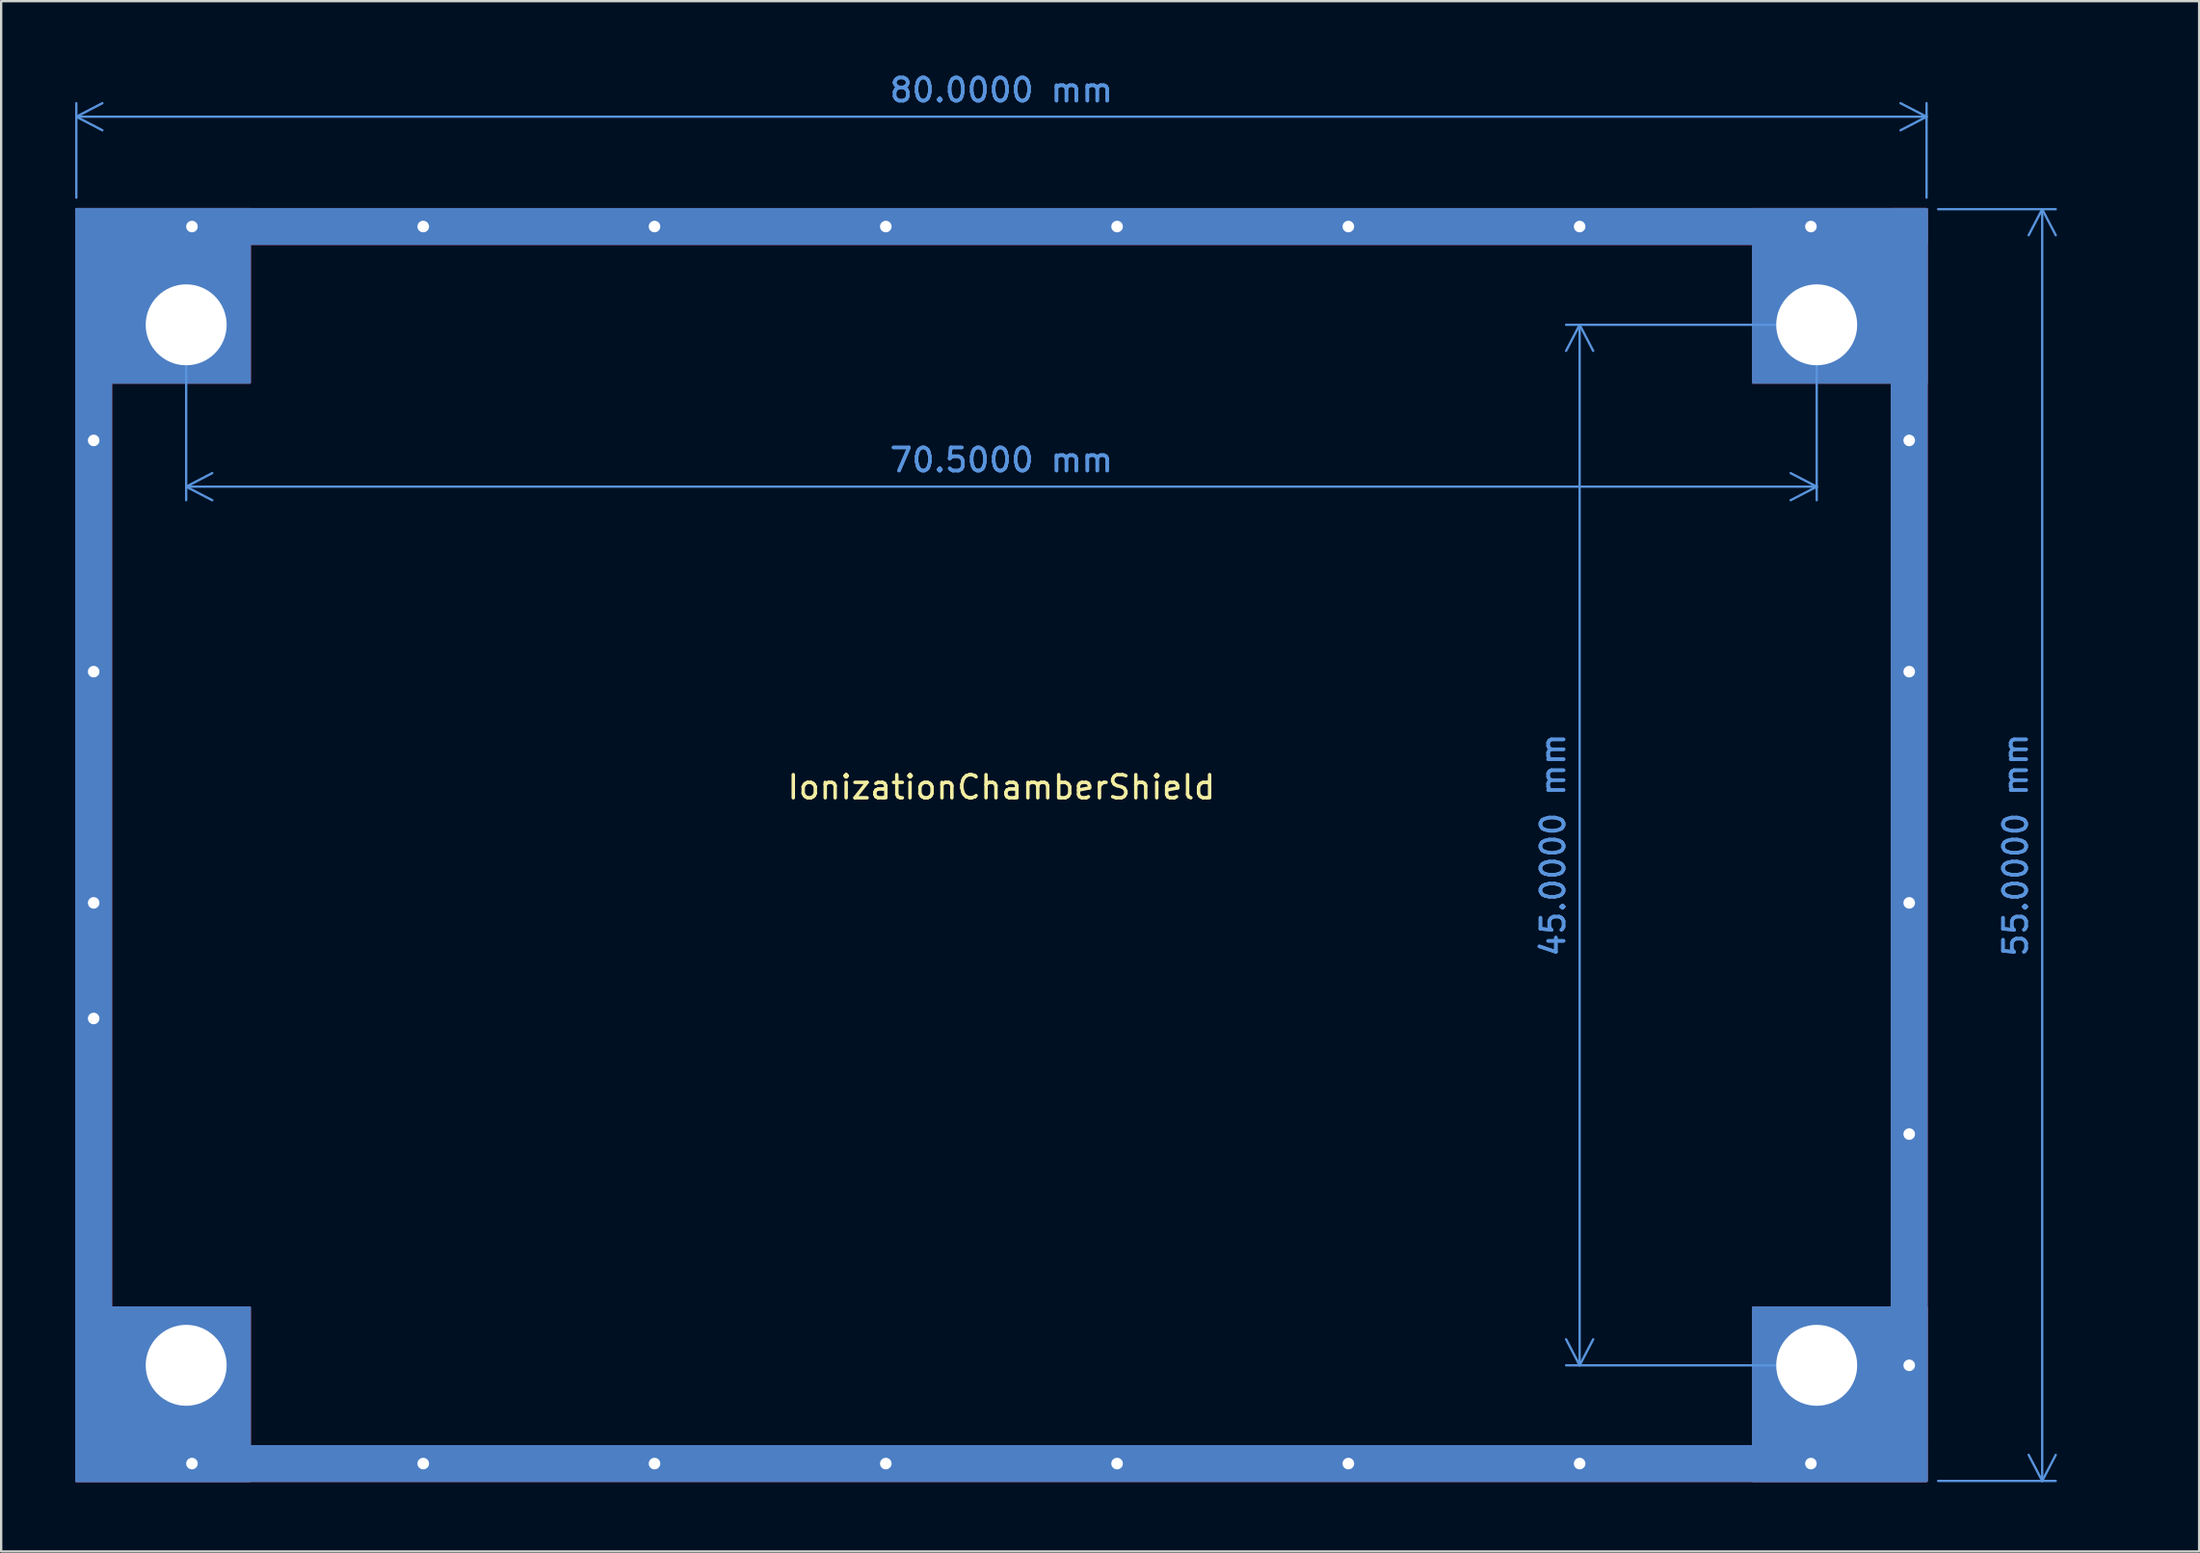
<source format=kicad_pcb>
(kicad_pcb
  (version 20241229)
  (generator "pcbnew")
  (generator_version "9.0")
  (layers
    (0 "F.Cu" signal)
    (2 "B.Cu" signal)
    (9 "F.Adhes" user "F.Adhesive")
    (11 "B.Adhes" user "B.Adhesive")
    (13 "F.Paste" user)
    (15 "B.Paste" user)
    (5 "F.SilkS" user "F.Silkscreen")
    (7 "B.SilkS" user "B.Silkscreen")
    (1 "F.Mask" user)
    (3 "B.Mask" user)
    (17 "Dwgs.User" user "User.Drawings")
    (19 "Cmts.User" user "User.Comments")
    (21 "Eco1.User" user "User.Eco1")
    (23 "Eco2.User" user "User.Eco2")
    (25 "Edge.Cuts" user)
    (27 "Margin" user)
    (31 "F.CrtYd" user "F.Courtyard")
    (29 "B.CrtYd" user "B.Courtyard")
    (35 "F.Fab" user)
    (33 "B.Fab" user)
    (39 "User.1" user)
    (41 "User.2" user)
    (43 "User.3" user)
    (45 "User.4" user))
  (footprint "IonizationChamberShield"
    (layer "F.Cu")
    (at 0.25 5.998)
    (property "Reference" "IonizationChamberShield" (at 40 25 0) (layer "F.SilkS") (effects (font (size 1 1) (thickness 0.15))))
    (attr through_hole)
    (fp_poly (pts (xy 0 1.5) (xy 1.5 1.5) (xy 1.5 48.5) (xy 0 48.5)) (stroke (width 0.1) (type solid)) (fill yes) (layer "F.Cu"))
    (fp_poly (pts (xy 0 1.5) (xy 80 1.5) (xy 80 0) (xy 0 0)) (stroke (width 0.1) (type solid)) (fill yes) (layer "F.Cu"))
    (fp_poly (pts (xy 0 53.5) (xy 1.5 53.5) (xy 1.5 50) (xy 0 50)) (stroke (width 0.1) (type solid)) (fill yes) (layer "F.Cu"))
    (fp_poly (pts (xy 0 55) (xy 0 47.5) (xy 7.5 47.5) (xy 7.5 55)) (stroke (width 0.1) (type solid)) (fill yes) (layer "F.Cu"))
    (fp_poly (pts (xy 0 55) (xy 80 55) (xy 80 53.5) (xy 0 53.5)) (stroke (width 0.1) (type solid)) (fill yes) (layer "F.Cu"))
    (fp_poly (pts (xy 7.5 0) (xy 7.5 7.5) (xy 0 7.5) (xy 0 0)) (stroke (width 0.1) (type solid)) (fill yes) (layer "F.Cu"))
    (fp_poly (pts (xy 80 0) (xy 78.5 0) (xy 78.5 53.5) (xy 80 53.5)) (stroke (width 0.1) (type solid)) (fill yes) (layer "F.Cu"))
    (fp_poly (pts (xy 80 7.5) (xy 72.5 7.5) (xy 72.5 0) (xy 80 0)) (stroke (width 0.1) (type solid)) (fill yes) (layer "F.Cu"))
    (fp_poly (pts (xy 80 55) (xy 72.5 55) (xy 72.5 47.5) (xy 80 47.5)) (stroke (width 0.1) (type solid)) (fill yes) (layer "F.Cu"))
    (fp_poly (pts (xy 0 1.5) (xy 80 1.5) (xy 80 0) (xy 0 0)) (stroke (width 0.1) (type solid)) (fill yes) (layer "F.Mask"))
    (fp_poly (pts (xy 0 14) (xy 1.5 14) (xy 1.5 48) (xy 0 48)) (stroke (width 0.1) (type solid)) (fill yes) (layer "F.Mask"))
    (fp_poly (pts (xy 0 53.5) (xy 1.5 53.5) (xy 1.5 50) (xy 0 50)) (stroke (width 0.1) (type solid)) (fill yes) (layer "F.Mask"))
    (fp_poly (pts (xy 0 55) (xy 0 47.5) (xy 7.5 47.5) (xy 7.5 55)) (stroke (width 0.1) (type solid)) (fill yes) (layer "F.Mask"))
    (fp_poly (pts (xy 0 55) (xy 80 55) (xy 80 53.5) (xy 0 53.5)) (stroke (width 0.1) (type solid)) (fill yes) (layer "F.Mask"))
    (fp_poly (pts (xy 7.5 0) (xy 7.5 7.5) (xy 0 7.5) (xy 0 0)) (stroke (width 0.1) (type solid)) (fill yes) (layer "F.Mask"))
    (fp_poly (pts (xy 80 0) (xy 78.5 0) (xy 78.5 53.5) (xy 80 53.5)) (stroke (width 0.1) (type solid)) (fill yes) (layer "F.Mask"))
    (fp_poly (pts (xy 80 7.5) (xy 72.5 7.5) (xy 72.5 0) (xy 80 0)) (stroke (width 0.1) (type solid)) (fill yes) (layer "F.Mask"))
    (fp_poly (pts (xy 80 55) (xy 72.5 55) (xy 72.5 47.5) (xy 80 47.5)) (stroke (width 0.1) (type solid)) (fill yes) (layer "F.Mask"))
    (fp_poly (pts (xy 0 1.5) (xy 1.5 1.5) (xy 1.5 49.5) (xy 0 49.5)) (stroke (width 0.1) (type solid)) (fill yes) (layer "B.Cu"))
    (fp_poly (pts (xy 0 1.5) (xy 80 1.5) (xy 80 0) (xy 0 0)) (stroke (width 0.1) (type solid)) (fill yes) (layer "B.Cu"))
    (fp_poly (pts (xy 0 53.5) (xy 1.5 53.5) (xy 1.5 50) (xy 0 50)) (stroke (width 0.1) (type solid)) (fill yes) (layer "B.Cu"))
    (fp_poly (pts (xy 0 55) (xy 0 47.5) (xy 7.5 47.5) (xy 7.5 55)) (stroke (width 0.1) (type solid)) (fill yes) (layer "B.Cu"))
    (fp_poly (pts (xy 0 55) (xy 80 55) (xy 80 53.5) (xy 0 53.5)) (stroke (width 0.1) (type solid)) (fill yes) (layer "B.Cu"))
    (fp_poly (pts (xy 7.5 0) (xy 7.5 7.5) (xy 0 7.5) (xy 0 0)) (stroke (width 0.1) (type solid)) (fill yes) (layer "B.Cu"))
    (fp_poly (pts (xy 80 0) (xy 78.5 0) (xy 78.5 53.5) (xy 80 53.5)) (stroke (width 0.1) (type solid)) (fill yes) (layer "B.Cu"))
    (fp_poly (pts (xy 80 7.5) (xy 72.5 7.5) (xy 72.5 0) (xy 80 0)) (stroke (width 0.1) (type solid)) (fill yes) (layer "B.Cu"))
    (fp_poly (pts (xy 80 55) (xy 72.5 55) (xy 72.5 47.5) (xy 80 47.5)) (stroke (width 0.1) (type solid)) (fill yes) (layer "B.Cu"))
    (fp_poly (pts (xy 0 1.5) (xy 1.5 1.5) (xy 1.5 47.5) (xy 0 47.5)) (stroke (width 0.1) (type solid)) (fill yes) (layer "B.Mask"))
    (fp_poly (pts (xy 0 1.5) (xy 80 1.5) (xy 80 0) (xy 0 0)) (stroke (width 0.1) (type solid)) (fill yes) (layer "B.Mask"))
    (fp_poly (pts (xy 0 53.5) (xy 1.5 53.5) (xy 1.5 50) (xy 0 50)) (stroke (width 0.1) (type solid)) (fill yes) (layer "B.Mask"))
    (fp_poly (pts (xy 0 55) (xy 0 47.5) (xy 7.5 47.5) (xy 7.5 55)) (stroke (width 0.1) (type solid)) (fill yes) (layer "B.Mask"))
    (fp_poly (pts (xy 0 55) (xy 80 55) (xy 80 53.5) (xy 0 53.5)) (stroke (width 0.1) (type solid)) (fill yes) (layer "B.Mask"))
    (fp_poly (pts (xy 7.5 0) (xy 7.5 7.5) (xy 0 7.5) (xy 0 0)) (stroke (width 0.1) (type solid)) (fill yes) (layer "B.Mask"))
    (fp_poly (pts (xy 80 0) (xy 78.5 0) (xy 78.5 53.5) (xy 80 53.5)) (stroke (width 0.1) (type solid)) (fill yes) (layer "B.Mask"))
    (fp_poly (pts (xy 80 7.5) (xy 72.5 7.5) (xy 72.5 0) (xy 80 0)) (stroke (width 0.1) (type solid)) (fill yes) (layer "B.Mask"))
    (fp_poly (pts (xy 80 55) (xy 72.5 55) (xy 72.5 47.5) (xy 80 47.5)) (stroke (width 0.1) (type solid)) (fill yes) (layer "B.Mask"))
    (dimension (type aligned) (layer "Cmts.User") (pts (xy 0.25 5.998) (xy 80.25 5.998)) (height -4) (format (prefix "") (suffix "") (units 3) (units_format 1) (precision 4)) (style (thickness 0.1) (arrow_length 1.27) (text_position_mode 0) (arrow_direction outward) (extension_height 0.586) (extension_offset 0.5) (keep_text_aligned yes)) (gr_text "80.0000 mm" (at 40.25 0.848 0) (layer "Cmts.User") (effects (font (size 1 1) (thickness 0.15)))))
    (dimension (type aligned) (layer "Cmts.User") (pts (xy 80.25 60.998) (xy 80.25 5.998)) (height 5) (format (prefix "") (suffix "") (units 3) (units_format 1) (precision 4)) (style (thickness 0.1) (arrow_length 1.27) (text_position_mode 0) (arrow_direction outward) (extension_height 0.586) (extension_offset 0.5) (keep_text_aligned yes)) (gr_text "55.0000 mm" (at 84.1 33.498 90) (layer "Cmts.User") (effects (font (size 1 1) (thickness 0.15)))))
    (dimension (type aligned) (layer "Cmts.User") (pts (xy 75.5 10.998) (xy 75.5 55.998)) (height 10.25) (format (prefix "") (suffix "") (units 3) (units_format 1) (precision 4)) (style (thickness 0.1) (arrow_length 1.27) (text_position_mode 0) (arrow_direction outward) (extension_height 0.586) (extension_offset 0.5) (keep_text_aligned yes)) (gr_text "45.0000 mm" (at 64.1 33.498 90) (layer "Cmts.User") (effects (font (size 1 1) (thickness 0.15)))))
    (dimension (type aligned) (layer "Cmts.User") (pts (xy 5 10.998) (xy 75.5 10.998)) (height 7) (format (prefix "") (suffix "") (units 3) (units_format 1) (precision 4)) (style (thickness 0.1) (arrow_length 1.27) (text_position_mode 0) (arrow_direction outward) (extension_height 0.586) (extension_offset 0.5) (keep_text_aligned yes)) (gr_text "70.5000 mm" (at 40.25 16.848 0) (layer "Cmts.User") (effects (font (size 1 1) (thickness 0.15)))))
    (pad "" np_thru_hole circle (at 0.75 10) (size 1 1) (drill 0.5) (layers "*.Cu" "*.Mask"))
    (pad "" np_thru_hole circle (at 0.75 20) (size 1 1) (drill 0.5) (layers "*.Cu" "*.Mask"))
    (pad "" np_thru_hole circle (at 0.75 30) (size 1 1) (drill 0.5) (layers "*.Cu" "*.Mask"))
    (pad "" np_thru_hole circle (at 0.75 35) (size 1 1) (drill 0.5) (layers "*.Cu" "*.Mask"))
    (pad "" np_thru_hole circle (at 4.75 5) (size 4.5 4.5) (drill 3.5) (layers "*.Cu" "*.Mask"))
    (pad "" np_thru_hole circle (at 4.75 50) (size 4.5 4.5) (drill 3.5) (layers "*.Cu" "*.Mask"))
    (pad "" np_thru_hole circle (at 5 0.75) (size 1 1) (drill 0.5) (layers "*.Cu" "*.Mask"))
    (pad "" np_thru_hole circle (at 5 54.25) (size 1 1) (drill 0.5) (layers "*.Cu" "*.Mask"))
    (pad "" np_thru_hole circle (at 15 0.75) (size 1 1) (drill 0.5) (layers "*.Cu" "*.Mask"))
    (pad "" np_thru_hole circle (at 15 54.25) (size 1 1) (drill 0.5) (layers "*.Cu" "*.Mask"))
    (pad "" np_thru_hole circle (at 25 0.75) (size 1 1) (drill 0.5) (layers "*.Cu" "*.Mask"))
    (pad "" np_thru_hole circle (at 25 54.25) (size 1 1) (drill 0.5) (layers "*.Cu" "*.Mask"))
    (pad "" np_thru_hole circle (at 35 0.75) (size 1 1) (drill 0.5) (layers "*.Cu" "*.Mask"))
    (pad "" np_thru_hole circle (at 35 54.25) (size 1 1) (drill 0.5) (layers "*.Cu" "*.Mask"))
    (pad "" np_thru_hole circle (at 45 0.75) (size 1 1) (drill 0.5) (layers "*.Cu" "*.Mask"))
    (pad "" np_thru_hole circle (at 45 54.25) (size 1 1) (drill 0.5) (layers "*.Cu" "*.Mask"))
    (pad "" np_thru_hole circle (at 55 0.75) (size 1 1) (drill 0.5) (layers "*.Cu" "*.Mask"))
    (pad "" np_thru_hole circle (at 65 0.75) (size 1 1) (drill 0.5) (layers "*.Cu" "*.Mask"))
    (pad "" np_thru_hole circle (at 65 54.25) (size 1 1) (drill 0.5) (layers "*.Cu" "*.Mask"))
    (pad "" np_thru_hole circle (at 75 0.75) (size 1 1) (drill 0.5) (layers "*.Cu" "*.Mask"))
    (pad "" np_thru_hole circle (at 75 54.25) (size 1 1) (drill 0.5) (layers "*.Cu" "*.Mask"))
    (pad "" np_thru_hole circle (at 75.25 5) (size 4.5 4.5) (drill 3.5) (layers "*.Cu" "*.Mask"))
    (pad "" np_thru_hole circle (at 75.25 50) (size 4.5 4.5) (drill 3.5) (layers "*.Cu" "*.Mask"))
    (pad "" np_thru_hole circle (at 79.25 10) (size 1 1) (drill 0.5) (layers "*.Cu" "*.Mask"))
    (pad "" np_thru_hole circle (at 79.25 20) (size 1 1) (drill 0.5) (layers "*.Cu" "*.Mask"))
    (pad "" np_thru_hole circle (at 79.25 30) (size 1 1) (drill 0.5) (layers "*.Cu" "*.Mask"))
    (pad "" np_thru_hole circle (at 79.25 40) (size 1 1) (drill 0.5) (layers "*.Cu" "*.Mask"))
    (pad "" np_thru_hole circle (at 79.25 50) (size 1 1) (drill 0.5) (layers "*.Cu" "*.Mask"))
    (pad "1" thru_hole circle (at 55 54.25) (size 1 1) (drill 0.5) (layers "*.Cu" "*.Mask")))
  (gr_rect
    (start -3 -3)
    (end 92.035 64.048)
    (stroke (width 0.1) (type default))
    (fill no)
    (layer "Edge.Cuts")))
</source>
